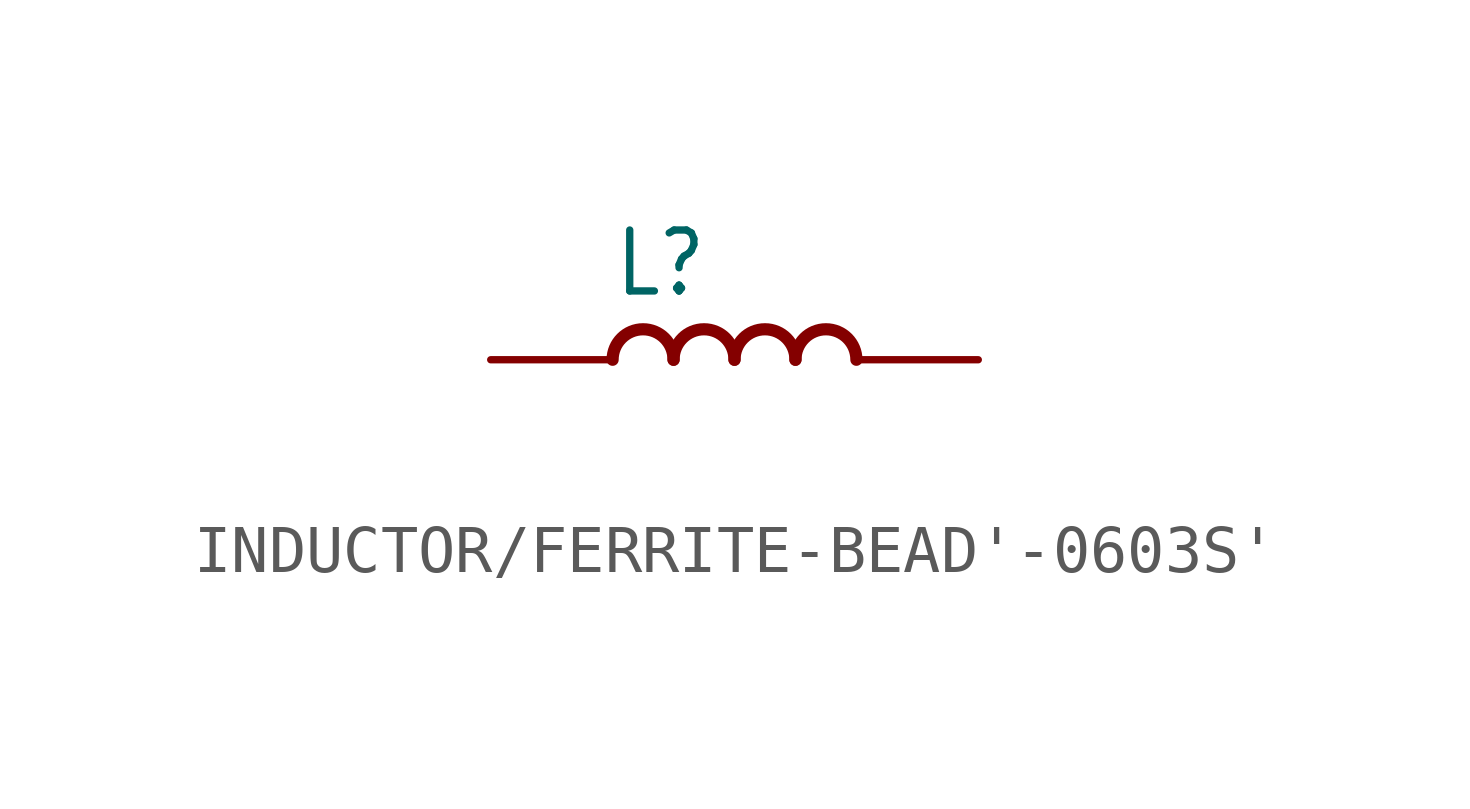
<source format=kicad_sym>
(kicad_symbol_lib
  (version 20241209)
  (generator "kicad_symbol_editor")
  (generator_version "9.0")
  (symbol "INDUCTOR/FERRITE-BEAD'-0603S'"
    (property "Reference" "L"
      (at -2.54 1.27 0)
      (effects (font (size 1.27 1.079)) (justify left bottom)))
    (property "Value" ""
      (at -2.54 -2.54 0)
      (effects (font (size 1.27 1.079)) (justify left bottom)))
    (property "ki_locked" ""
      (at 0 0 0)
      (effects (font (size 1.27 1.27))))
    (symbol "INDUCTOR/FERRITE-BEAD'-0603S'_1_0"
      (arc (start -2.54 0) (mid -1.905 0.635) (end -1.27 0) (stroke (width 0.254) (type solid)) (fill (type none)))
      (arc (start -1.27 0) (mid -0.635 0.635) (end 0 0) (stroke (width 0.254) (type solid)) (fill (type none)))
      (arc (start 0 0) (mid 0.635 0.635) (end 1.27 0) (stroke (width 0.254) (type solid)) (fill (type none)))
      (arc (start 1.27 0) (mid 1.905 0.635) (end 2.54 0) (stroke (width 0.254) (type solid)) (fill (type none)))
      (pin passive line (at -5.08 0 0) (length 2.54) (name "1" (effects (font (size 0 0)))) (number "1" (effects (font (size 0 0)))))
      (pin passive line (at 5.08 0 180) (length 2.54) (name "2" (effects (font (size 0 0)))) (number "2" (effects (font (size 0 0))))))))
</source>
